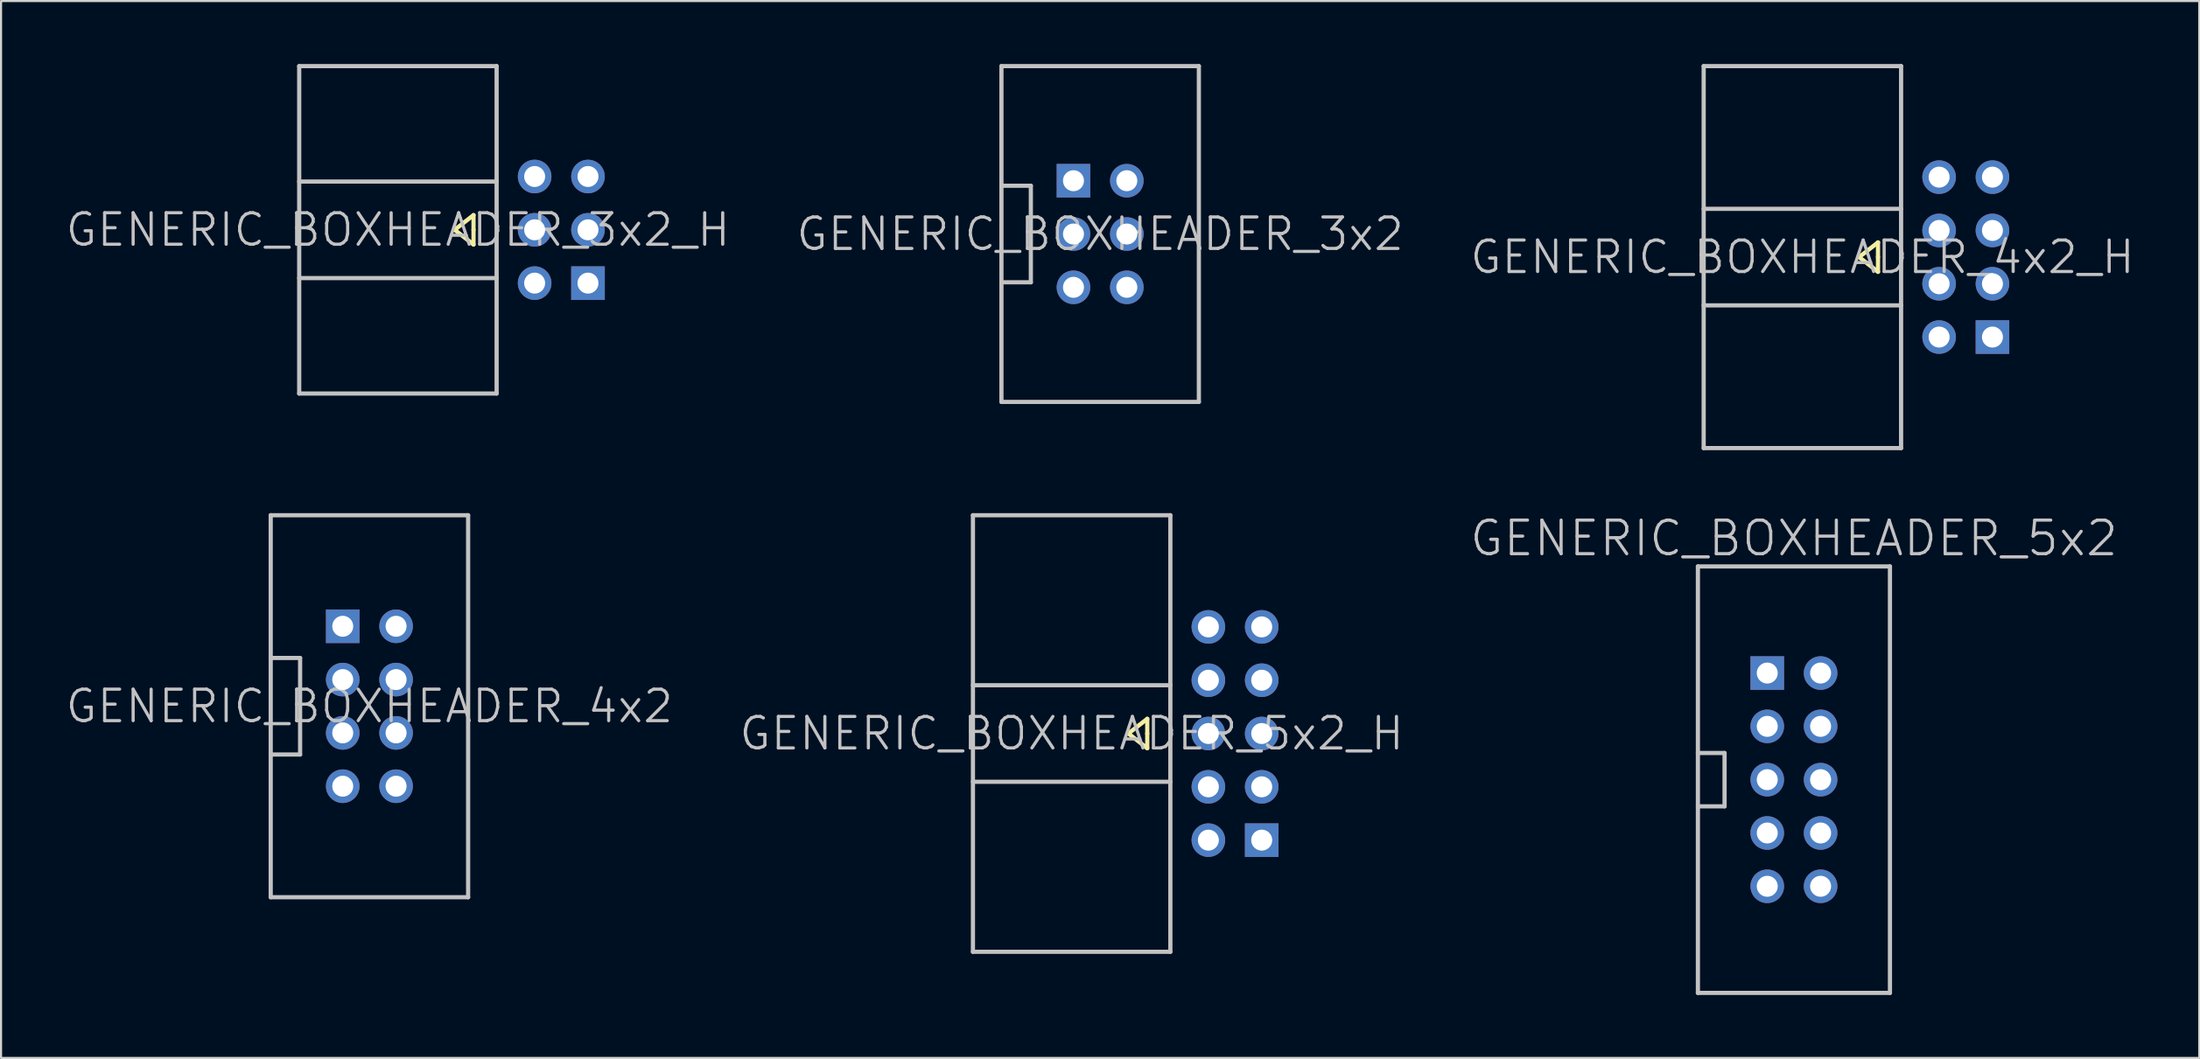
<source format=kicad_pcb>
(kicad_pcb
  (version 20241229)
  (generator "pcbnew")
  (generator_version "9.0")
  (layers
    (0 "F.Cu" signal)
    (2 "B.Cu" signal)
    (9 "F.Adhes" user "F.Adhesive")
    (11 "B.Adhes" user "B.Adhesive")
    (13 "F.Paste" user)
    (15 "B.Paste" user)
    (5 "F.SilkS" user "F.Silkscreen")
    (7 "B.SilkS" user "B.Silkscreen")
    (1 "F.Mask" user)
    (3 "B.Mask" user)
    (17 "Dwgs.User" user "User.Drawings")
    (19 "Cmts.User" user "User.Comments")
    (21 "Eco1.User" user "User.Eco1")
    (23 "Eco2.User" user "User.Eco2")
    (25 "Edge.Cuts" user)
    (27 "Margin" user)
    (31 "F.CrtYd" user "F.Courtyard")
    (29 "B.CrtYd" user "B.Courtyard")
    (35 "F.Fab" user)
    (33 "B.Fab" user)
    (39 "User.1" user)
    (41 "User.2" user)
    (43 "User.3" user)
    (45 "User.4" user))
  (footprint "GENERIC_BOXHEADER_3x2_H"
    (layer "F.Cu")
    (at 18.596 7.9)
    (property "Reference" "GENERIC_BOXHEADER_3x2_H" (at -2.7 0 0) (layer "Dwgs.User") (effects (font (size 1.5 1.5) (thickness 0.15))))
    (attr through_hole)
    (fp_line (start 0 0) (end 0.9 0.7) (stroke (width 0.2) (type solid)) (layer "F.SilkS"))
    (fp_line (start 0.9 -0.7) (end 0 0) (stroke (width 0.2) (type solid)) (layer "F.SilkS"))
    (fp_line (start 0.9 0) (end 0.9 -0.7) (stroke (width 0.2) (type solid)) (layer "F.SilkS"))
    (fp_line (start 0.9 0.7) (end 0.9 0) (stroke (width 0.2) (type solid)) (layer "F.SilkS"))
    (fp_line (start -7.4 -7.8) (end -7.4 7.8) (stroke (width 0.2) (type solid)) (layer "Dwgs.User"))
    (fp_line (start -7.4 -7.8) (end 2 -7.8) (stroke (width 0.2) (type solid)) (layer "Dwgs.User"))
    (fp_line (start -7.4 -2.3) (end 2 -2.3) (stroke (width 0.2) (type solid)) (layer "Dwgs.User"))
    (fp_line (start -7.4 2.3) (end 2 2.3) (stroke (width 0.2) (type solid)) (layer "Dwgs.User"))
    (fp_line (start -7.4 7.8) (end 2 7.8) (stroke (width 0.2) (type solid)) (layer "Dwgs.User"))
    (fp_line (start 2 7.8) (end 2 -7.8) (stroke (width 0.2) (type solid)) (layer "Dwgs.User"))
    (pad "1" thru_hole rect (at 6.35 2.54) (size 1.6 1.6) (drill 1) (layers "*.Cu" "*.Mask"))
    (pad "2" thru_hole circle (at 3.81 2.54 90) (size 1.6 1.6) (drill 1) (layers "*.Cu" "*.Mask"))
    (pad "3" thru_hole circle (at 6.35 0 90) (size 1.6 1.6) (drill 1) (layers "*.Cu" "*.Mask"))
    (pad "4" thru_hole circle (at 3.81 0 90) (size 1.6 1.6) (drill 1) (layers "*.Cu" "*.Mask"))
    (pad "5" thru_hole circle (at 6.35 -2.54 90) (size 1.6 1.6) (drill 1) (layers "*.Cu" "*.Mask"))
    (pad "6" thru_hole circle (at 3.81 -2.54 90) (size 1.6 1.6) (drill 1) (layers "*.Cu" "*.Mask")))
  (footprint "GENERIC_BOXHEADER_3x2"
    (layer "F.Cu")
    (at 49.332 8.1)
    (property "Reference" "GENERIC_BOXHEADER_3x2" (at 0 0 180) (layer "Dwgs.User") (effects (font (size 1.5 1.5) (thickness 0.15))))
    (attr through_hole)
    (fp_line (start -4.7 -8) (end -4.7 8) (stroke (width 0.2) (type solid)) (layer "Dwgs.User"))
    (fp_line (start -4.7 2.3) (end -3.3 2.3) (stroke (width 0.2) (type solid)) (layer "Dwgs.User"))
    (fp_line (start -3.3 -2.3) (end -4.7 -2.3) (stroke (width 0.2) (type solid)) (layer "Dwgs.User"))
    (fp_line (start -3.3 2.3) (end -3.3 -2.3) (stroke (width 0.2) (type solid)) (layer "Dwgs.User"))
    (fp_line (start 4.7 -8) (end -4.7 -8) (stroke (width 0.2) (type solid)) (layer "Dwgs.User"))
    (fp_line (start 4.7 8) (end -4.7 8) (stroke (width 0.2) (type solid)) (layer "Dwgs.User"))
    (fp_line (start 4.7 8) (end 4.7 -8) (stroke (width 0.2) (type solid)) (layer "Dwgs.User"))
    (pad "1" thru_hole rect (at -1.27 -2.54) (size 1.6 1.6) (drill 1) (layers "*.Cu" "*.Mask"))
    (pad "2" thru_hole circle (at 1.27 -2.54 270) (size 1.6 1.6) (drill 1) (layers "*.Cu" "*.Mask"))
    (pad "3" thru_hole circle (at -1.27 0 270) (size 1.6 1.6) (drill 1) (layers "*.Cu" "*.Mask"))
    (pad "4" thru_hole circle (at 1.27 0 270) (size 1.6 1.6) (drill 1) (layers "*.Cu" "*.Mask"))
    (pad "5" thru_hole circle (at -1.27 2.54 270) (size 1.6 1.6) (drill 1) (layers "*.Cu" "*.Mask"))
    (pad "6" thru_hole circle (at 1.27 2.54 270) (size 1.6 1.6) (drill 1) (layers "*.Cu" "*.Mask")))
  (footprint "GENERIC_BOXHEADER_5x2"
    (layer "F.Cu")
    (at 82.365 34.099)
    (property "Reference" "GENERIC_BOXHEADER_5x2" (at 0 -11.5 180) (layer "Dwgs.User") (effects (font (size 1.6 1.6) (thickness 0.15))))
    (attr through_hole)
    (fp_line (start -4.572 -10.16) (end -4.572 10.16) (stroke (width 0.2) (type solid)) (layer "Dwgs.User"))
    (fp_line (start -4.572 1.27) (end -3.302 1.27) (stroke (width 0.2) (type solid)) (layer "Dwgs.User"))
    (fp_line (start -3.302 -1.27) (end -4.572 -1.27) (stroke (width 0.2) (type solid)) (layer "Dwgs.User"))
    (fp_line (start -3.302 1.27) (end -3.302 -1.27) (stroke (width 0.2) (type solid)) (layer "Dwgs.User"))
    (fp_line (start 4.572 -10.16) (end -4.572 -10.16) (stroke (width 0.2) (type solid)) (layer "Dwgs.User"))
    (fp_line (start 4.572 10.16) (end -4.572 10.16) (stroke (width 0.2) (type solid)) (layer "Dwgs.User"))
    (fp_line (start 4.572 10.16) (end 4.572 -10.16) (stroke (width 0.2) (type solid)) (layer "Dwgs.User"))
    (pad "A1" thru_hole rect (at -1.27 -5.08) (size 1.6 1.6) (drill 1) (layers "*.Cu" "*.Mask"))
    (pad "A2" thru_hole circle (at -1.27 -2.54 270) (size 1.6 1.6) (drill 1) (layers "*.Cu" "*.Mask"))
    (pad "A3" thru_hole circle (at -1.27 0 270) (size 1.6 1.6) (drill 1) (layers "*.Cu" "*.Mask"))
    (pad "A4" thru_hole circle (at -1.27 2.54 270) (size 1.6 1.6) (drill 1) (layers "*.Cu" "*.Mask"))
    (pad "A5" thru_hole circle (at -1.27 5.08 270) (size 1.6 1.6) (drill 1) (layers "*.Cu" "*.Mask"))
    (pad "B1" thru_hole circle (at 1.27 -5.08 270) (size 1.6 1.6) (drill 1) (layers "*.Cu" "*.Mask"))
    (pad "B2" thru_hole circle (at 1.27 -2.54 270) (size 1.6 1.6) (drill 1) (layers "*.Cu" "*.Mask"))
    (pad "B3" thru_hole circle (at 1.27 0 270) (size 1.6 1.6) (drill 1) (layers "*.Cu" "*.Mask"))
    (pad "B4" thru_hole circle (at 1.27 2.54 270) (size 1.6 1.6) (drill 1) (layers "*.Cu" "*.Mask"))
    (pad "B5" thru_hole circle (at 1.27 5.08 270) (size 1.6 1.6) (drill 1) (layers "*.Cu" "*.Mask")))
  (footprint "GENERIC_BOXHEADER_4x2_H"
    (layer "F.Cu")
    (at 85.468 9.2)
    (property "Reference" "GENERIC_BOXHEADER_4x2_H" (at -2.7 0 0) (layer "Dwgs.User") (effects (font (size 1.5 1.5) (thickness 0.15))))
    (attr through_hole)
    (fp_line (start 0 0) (end 0.9 0.7) (stroke (width 0.2) (type solid)) (layer "F.SilkS"))
    (fp_line (start 0.9 -0.7) (end 0 0) (stroke (width 0.2) (type solid)) (layer "F.SilkS"))
    (fp_line (start 0.9 0) (end 0.9 -0.7) (stroke (width 0.2) (type solid)) (layer "F.SilkS"))
    (fp_line (start 0.9 0.7) (end 0.9 0) (stroke (width 0.2) (type solid)) (layer "F.SilkS"))
    (fp_line (start -7.4 -9.1) (end -7.4 9.1) (stroke (width 0.2) (type solid)) (layer "Dwgs.User"))
    (fp_line (start -7.4 -9.1) (end 2 -9.1) (stroke (width 0.2) (type solid)) (layer "Dwgs.User"))
    (fp_line (start -7.4 -2.3) (end 2 -2.3) (stroke (width 0.2) (type solid)) (layer "Dwgs.User"))
    (fp_line (start -7.4 2.3) (end 2 2.3) (stroke (width 0.2) (type solid)) (layer "Dwgs.User"))
    (fp_line (start -7.4 9.1) (end 2 9.1) (stroke (width 0.2) (type solid)) (layer "Dwgs.User"))
    (fp_line (start 2 9.1) (end 2 -9.1) (stroke (width 0.2) (type solid)) (layer "Dwgs.User"))
    (pad "1" thru_hole rect (at 6.35 3.81) (size 1.6 1.6) (drill 1) (layers "*.Cu" "*.Mask"))
    (pad "2" thru_hole circle (at 3.81 3.81 90) (size 1.6 1.6) (drill 1) (layers "*.Cu" "*.Mask"))
    (pad "3" thru_hole circle (at 6.35 1.27 90) (size 1.6 1.6) (drill 1) (layers "*.Cu" "*.Mask"))
    (pad "4" thru_hole circle (at 3.81 1.27 90) (size 1.6 1.6) (drill 1) (layers "*.Cu" "*.Mask"))
    (pad "5" thru_hole circle (at 6.35 -1.27 90) (size 1.6 1.6) (drill 1) (layers "*.Cu" "*.Mask"))
    (pad "6" thru_hole circle (at 3.81 -1.27 90) (size 1.6 1.6) (drill 1) (layers "*.Cu" "*.Mask"))
    (pad "7" thru_hole circle (at 6.35 -3.81 90) (size 1.6 1.6) (drill 1) (layers "*.Cu" "*.Mask"))
    (pad "8" thru_hole circle (at 3.81 -3.81 90) (size 1.6 1.6) (drill 1) (layers "*.Cu" "*.Mask")))
  (footprint "GENERIC_BOXHEADER_5x2_H"
    (layer "F.Cu")
    (at 50.675 31.9)
    (property "Reference" "GENERIC_BOXHEADER_5x2_H" (at -2.7 0 0) (layer "Dwgs.User") (effects (font (size 1.5 1.5) (thickness 0.15))))
    (attr through_hole)
    (fp_line (start 0 0) (end 0.9 0.7) (stroke (width 0.2) (type solid)) (layer "F.SilkS"))
    (fp_line (start 0.9 -0.7) (end 0 0) (stroke (width 0.2) (type solid)) (layer "F.SilkS"))
    (fp_line (start 0.9 0) (end 0.9 -0.7) (stroke (width 0.2) (type solid)) (layer "F.SilkS"))
    (fp_line (start 0.9 0.7) (end 0.9 0) (stroke (width 0.2) (type solid)) (layer "F.SilkS"))
    (fp_line (start -7.4 -10.4) (end -7.4 10.4) (stroke (width 0.2) (type solid)) (layer "Dwgs.User"))
    (fp_line (start -7.4 -10.4) (end 2 -10.4) (stroke (width 0.2) (type solid)) (layer "Dwgs.User"))
    (fp_line (start -7.4 -2.3) (end 2 -2.3) (stroke (width 0.2) (type solid)) (layer "Dwgs.User"))
    (fp_line (start -7.4 2.3) (end 2 2.3) (stroke (width 0.2) (type solid)) (layer "Dwgs.User"))
    (fp_line (start -7.4 10.4) (end 2 10.4) (stroke (width 0.2) (type solid)) (layer "Dwgs.User"))
    (fp_line (start 2 10.4) (end 2 -10.4) (stroke (width 0.2) (type solid)) (layer "Dwgs.User"))
    (pad "1" thru_hole rect (at 6.35 5.08) (size 1.6 1.6) (drill 1) (layers "*.Cu" "*.Mask"))
    (pad "2" thru_hole circle (at 3.81 5.08 90) (size 1.6 1.6) (drill 1) (layers "*.Cu" "*.Mask"))
    (pad "3" thru_hole circle (at 6.35 2.54 90) (size 1.6 1.6) (drill 1) (layers "*.Cu" "*.Mask"))
    (pad "4" thru_hole circle (at 3.81 2.54 90) (size 1.6 1.6) (drill 1) (layers "*.Cu" "*.Mask"))
    (pad "5" thru_hole circle (at 6.35 0 90) (size 1.6 1.6) (drill 1) (layers "*.Cu" "*.Mask"))
    (pad "6" thru_hole circle (at 3.81 0 90) (size 1.6 1.6) (drill 1) (layers "*.Cu" "*.Mask"))
    (pad "7" thru_hole circle (at 6.35 -2.54 90) (size 1.6 1.6) (drill 1) (layers "*.Cu" "*.Mask"))
    (pad "8" thru_hole circle (at 3.81 -2.54 90) (size 1.6 1.6) (drill 1) (layers "*.Cu" "*.Mask"))
    (pad "9" thru_hole circle (at 6.35 -5.08 90) (size 1.6 1.6) (drill 1) (layers "*.Cu" "*.Mask"))
    (pad "10" thru_hole circle (at 3.81 -5.08 90) (size 1.6 1.6) (drill 1) (layers "*.Cu" "*.Mask")))
  (footprint "GENERIC_BOXHEADER_4x2"
    (layer "F.Cu")
    (at 14.539 30.6)
    (property "Reference" "GENERIC_BOXHEADER_4x2" (at 0 0 180) (layer "Dwgs.User") (effects (font (size 1.5 1.5) (thickness 0.15))))
    (attr through_hole)
    (fp_line (start -4.7 -9.1) (end -4.7 9.1) (stroke (width 0.2) (type solid)) (layer "Dwgs.User"))
    (fp_line (start -4.7 2.3) (end -3.3 2.3) (stroke (width 0.2) (type solid)) (layer "Dwgs.User"))
    (fp_line (start -3.3 -2.3) (end -4.7 -2.3) (stroke (width 0.2) (type solid)) (layer "Dwgs.User"))
    (fp_line (start -3.3 2.3) (end -3.3 -2.3) (stroke (width 0.2) (type solid)) (layer "Dwgs.User"))
    (fp_line (start 4.7 -9.1) (end -4.7 -9.1) (stroke (width 0.2) (type solid)) (layer "Dwgs.User"))
    (fp_line (start 4.7 9.1) (end -4.7 9.1) (stroke (width 0.2) (type solid)) (layer "Dwgs.User"))
    (fp_line (start 4.7 9.1) (end 4.7 -9.1) (stroke (width 0.2) (type solid)) (layer "Dwgs.User"))
    (pad "1" thru_hole rect (at -1.27 -3.81) (size 1.6 1.6) (drill 1) (layers "*.Cu" "*.Mask"))
    (pad "2" thru_hole circle (at 1.27 -3.81 270) (size 1.6 1.6) (drill 1) (layers "*.Cu" "*.Mask"))
    (pad "3" thru_hole circle (at -1.27 -1.27 270) (size 1.6 1.6) (drill 1) (layers "*.Cu" "*.Mask"))
    (pad "4" thru_hole circle (at 1.27 -1.27 270) (size 1.6 1.6) (drill 1) (layers "*.Cu" "*.Mask"))
    (pad "5" thru_hole circle (at -1.27 1.27 270) (size 1.6 1.6) (drill 1) (layers "*.Cu" "*.Mask"))
    (pad "6" thru_hole circle (at 1.27 1.27 270) (size 1.6 1.6) (drill 1) (layers "*.Cu" "*.Mask"))
    (pad "7" thru_hole circle (at -1.27 3.81 270) (size 1.6 1.6) (drill 1) (layers "*.Cu" "*.Mask"))
    (pad "8" thru_hole circle (at 1.27 3.81 270) (size 1.6 1.6) (drill 1) (layers "*.Cu" "*.Mask")))
  (gr_rect
    (start -3 -3)
    (end 101.664 47.359)
    (stroke (width 0.1) (type default))
    (fill no)
    (layer "Edge.Cuts")))
</source>
